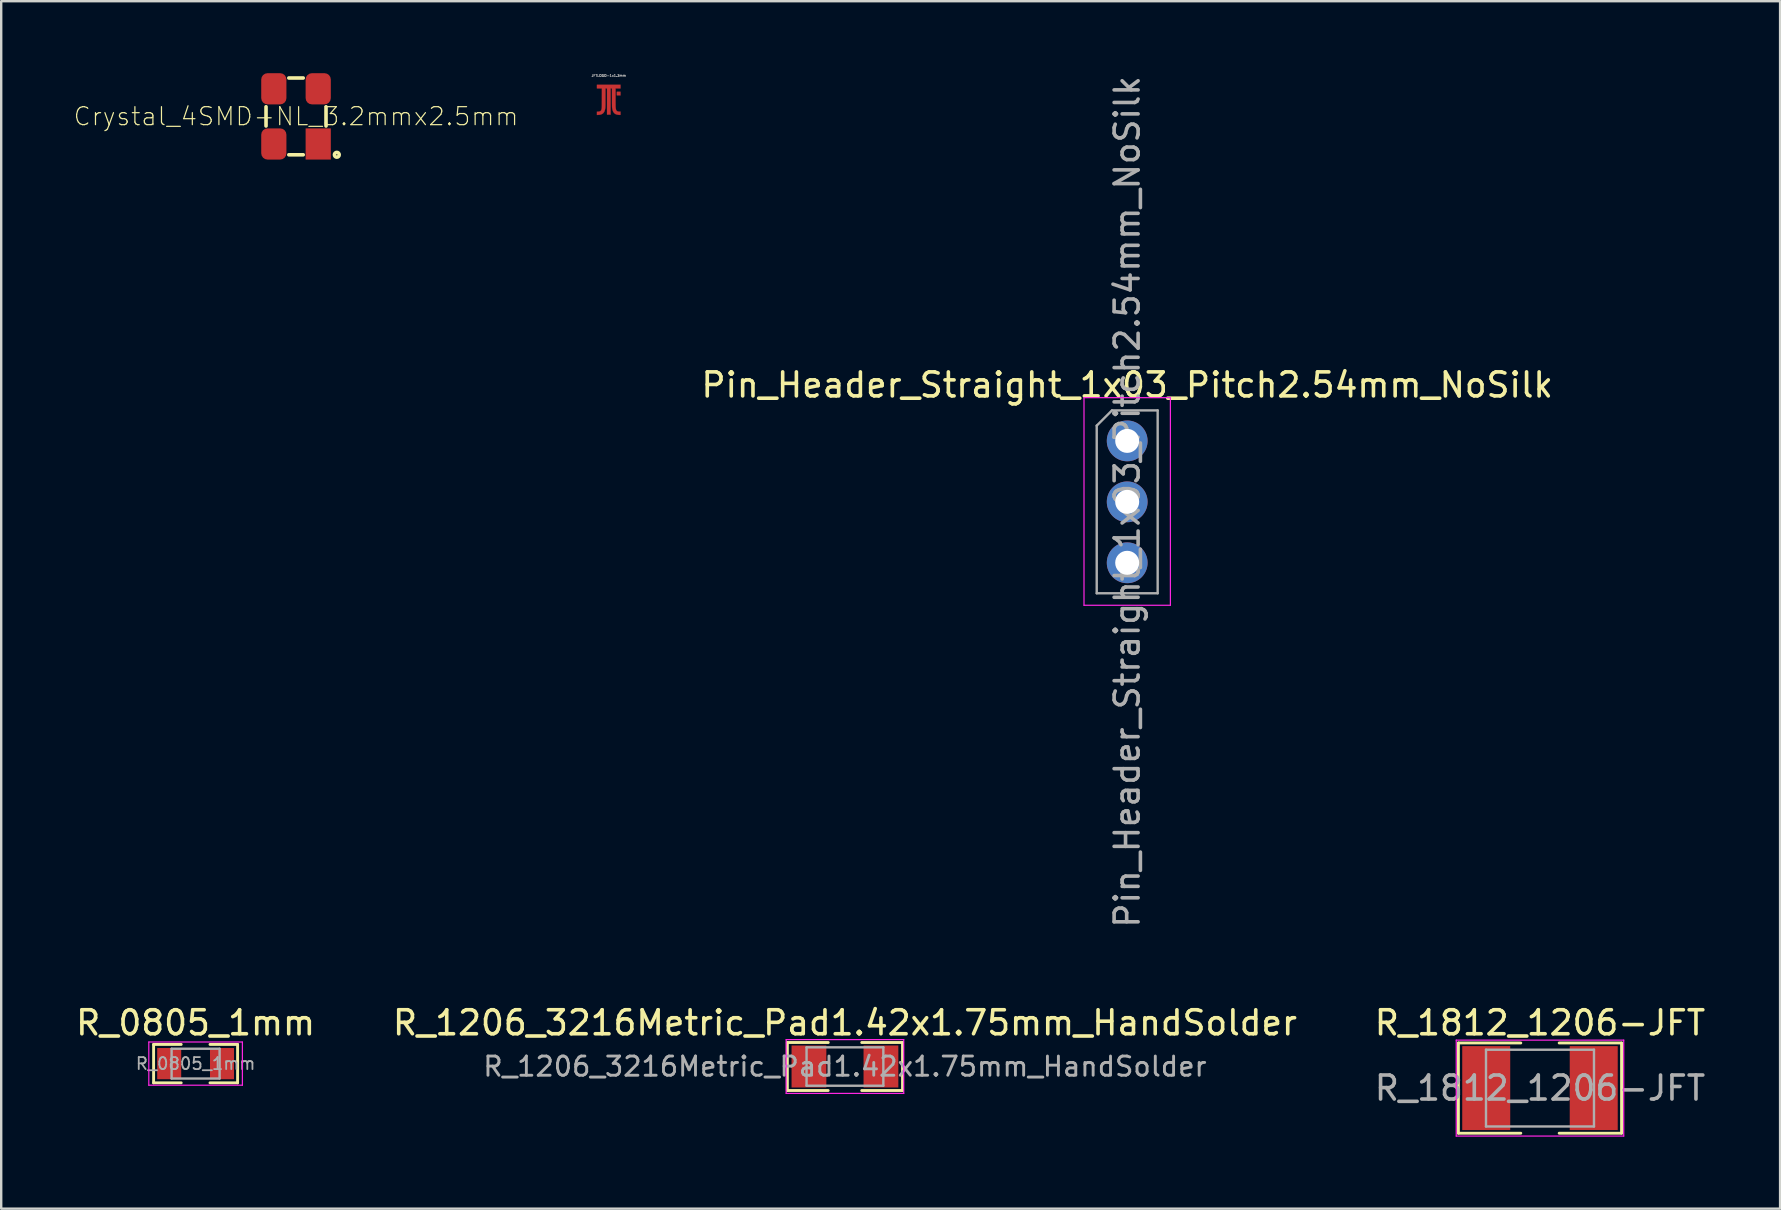
<source format=kicad_pcb>
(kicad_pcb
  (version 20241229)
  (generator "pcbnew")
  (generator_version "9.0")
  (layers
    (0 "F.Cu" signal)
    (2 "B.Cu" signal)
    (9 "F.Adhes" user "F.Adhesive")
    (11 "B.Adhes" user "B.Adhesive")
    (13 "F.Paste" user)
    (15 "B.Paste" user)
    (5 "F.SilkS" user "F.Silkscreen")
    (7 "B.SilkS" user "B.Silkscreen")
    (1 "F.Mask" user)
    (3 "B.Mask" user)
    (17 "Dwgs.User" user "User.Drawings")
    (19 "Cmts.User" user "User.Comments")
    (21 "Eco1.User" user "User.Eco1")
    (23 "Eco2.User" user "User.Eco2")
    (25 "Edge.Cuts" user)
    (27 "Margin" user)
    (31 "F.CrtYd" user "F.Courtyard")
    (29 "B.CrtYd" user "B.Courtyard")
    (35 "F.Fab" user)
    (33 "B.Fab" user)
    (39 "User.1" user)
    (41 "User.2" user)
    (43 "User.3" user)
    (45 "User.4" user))
  (footprint "JFTLOGO-1x1.3mm"
    (layer "F.Cu")
    (at 22.316 1.102)
    (property "Reference" "JFTLOGO-1x1.3mm" (at 0 -1 0) (layer "F.Fab") (effects (font (size 0.1 0.1) (thickness 0.025))))
    (attr through_hole)
    (fp_poly (pts (xy 0.492 -0.179) (xy 0.34 -0.179) (xy 0.34 -0.327) (xy 0.492 -0.327) (xy 0.492 -0.179)) (stroke (width 0.01) (type solid)) (fill yes) (layer "F.Cu"))
    (fp_poly (pts (xy 0.491 -0.618) (xy 0.492 -0.544) (xy 0.492 -0.469) (xy 0.286 -0.469) (xy 0.286 -0.106) (xy 0.286 -0.062) (xy 0.286 -0.02) (xy 0.286 0.021) (xy 0.286 0.06) (xy 0.286 0.097) (xy 0.286 0.131) (xy 0.286 0.163) (xy 0.287 0.193) (xy 0.287 0.219) (xy 0.287 0.242) (xy 0.287 0.261) (xy 0.287 0.277) (xy 0.288 0.288) (xy 0.288 0.296) (xy 0.288 0.296) (xy 0.291 0.331) (xy 0.294 0.362) (xy 0.299 0.39) (xy 0.304 0.413) (xy 0.311 0.432) (xy 0.315 0.442) (xy 0.327 0.459) (xy 0.342 0.472) (xy 0.36 0.483) (xy 0.382 0.492) (xy 0.408 0.497) (xy 0.438 0.501) (xy 0.461 0.501) (xy 0.492 0.501) (xy 0.492 0.569) (xy 0.491 0.636) (xy 0.471 0.637) (xy 0.46 0.637) (xy 0.447 0.637) (xy 0.433 0.636) (xy 0.42 0.635) (xy 0.38 0.63) (xy 0.344 0.623) (xy 0.312 0.613) (xy 0.282 0.6) (xy 0.256 0.584) (xy 0.235 0.567) (xy 0.216 0.546) (xy 0.198 0.521) (xy 0.183 0.493) (xy 0.17 0.46) (xy 0.159 0.423) (xy 0.15 0.382) (xy 0.142 0.338) (xy 0.141 0.329) (xy 0.141 0.324) (xy 0.14 0.319) (xy 0.14 0.314) (xy 0.14 0.308) (xy 0.139 0.3) (xy 0.139 0.292) (xy 0.139 0.282) (xy 0.138 0.27) (xy 0.138 0.256) (xy 0.138 0.241) (xy 0.138 0.223) (xy 0.138 0.202) (xy 0.137 0.179) (xy 0.137 0.152) (xy 0.137 0.123) (xy 0.137 0.09) (xy 0.137 0.053) (xy 0.137 0.013) (xy 0.137 -0.032) (xy 0.137 -0.081) (xy 0.137 -0.087) (xy 0.136 -0.469) (xy 0.079 -0.469) (xy 0.079 0.077) (xy 0.078 0.623) (xy 0.004 0.623) (xy -0.07 0.624) (xy -0.07 -0.469) (xy -0.134 -0.469) (xy -0.134 -0.087) (xy -0.134 -0.036) (xy -0.135 0.01) (xy -0.135 0.052) (xy -0.135 0.09) (xy -0.135 0.125) (xy -0.135 0.156) (xy -0.135 0.184) (xy -0.135 0.209) (xy -0.136 0.231) (xy -0.136 0.251) (xy -0.136 0.269) (xy -0.137 0.284) (xy -0.137 0.298) (xy -0.138 0.31) (xy -0.139 0.321) (xy -0.139 0.331) (xy -0.14 0.339) (xy -0.141 0.348) (xy -0.142 0.355) (xy -0.143 0.363) (xy -0.145 0.37) (xy -0.146 0.378) (xy -0.148 0.386) (xy -0.15 0.395) (xy -0.15 0.395) (xy -0.159 0.433) (xy -0.17 0.468) (xy -0.183 0.499) (xy -0.198 0.526) (xy -0.216 0.549) (xy -0.23 0.564) (xy -0.252 0.583) (xy -0.276 0.598) (xy -0.303 0.611) (xy -0.332 0.621) (xy -0.364 0.629) (xy -0.4 0.634) (xy -0.439 0.636) (xy -0.446 0.637) (xy -0.49 0.638) (xy -0.49 0.501) (xy -0.475 0.503) (xy -0.462 0.503) (xy -0.447 0.502) (xy -0.43 0.501) (xy -0.413 0.499) (xy -0.397 0.496) (xy -0.389 0.494) (xy -0.368 0.488) (xy -0.35 0.48) (xy -0.335 0.469) (xy -0.323 0.457) (xy -0.313 0.441) (xy -0.305 0.422) (xy -0.298 0.399) (xy -0.295 0.383) (xy -0.294 0.377) (xy -0.292 0.371) (xy -0.291 0.365) (xy -0.291 0.359) (xy -0.29 0.353) (xy -0.289 0.346) (xy -0.288 0.338) (xy -0.288 0.329) (xy -0.287 0.319) (xy -0.287 0.308) (xy -0.286 0.295) (xy -0.286 0.28) (xy -0.286 0.263) (xy -0.285 0.243) (xy -0.285 0.222) (xy -0.285 0.197) (xy -0.285 0.169) (xy -0.285 0.138) (xy -0.285 0.104) (xy -0.284 0.066) (xy -0.284 0.024) (xy -0.284 -0.021) (xy -0.284 -0.071) (xy -0.284 -0.079) (xy -0.283 -0.469) (xy -0.49 -0.469) (xy -0.49 -0.619) (xy 0.491 -0.618)) (stroke (width 0.01) (type solid)) (fill yes) (layer "F.Cu")))
  (footprint "R_0805_1mm"
    (layer "F.Cu")
    (at 5.101 41.274)
    (property "Reference" "R_0805_1mm" (at 0 -1.7 0) (layer "F.SilkS") (effects (font (size 1 1) (thickness 0.15))))
    (attr smd)
    (fp_line (start -1.75 -0.8) (end -1.75 0.8) (stroke (width 0.12) (type solid)) (layer "F.SilkS"))
    (fp_line (start -1.75 -0.8) (end -0.6 -0.8) (stroke (width 0.12) (type solid)) (layer "F.SilkS"))
    (fp_line (start -1.75 0.8) (end -0.6 0.8) (stroke (width 0.12) (type solid)) (layer "F.SilkS"))
    (fp_line (start 0.6 -0.8) (end 1.75 -0.8) (stroke (width 0.12) (type solid)) (layer "F.SilkS"))
    (fp_line (start 0.6 0.8) (end 1.75 0.8) (stroke (width 0.12) (type solid)) (layer "F.SilkS"))
    (fp_line (start 1.75 -0.8) (end 1.75 0.8) (stroke (width 0.12) (type solid)) (layer "F.SilkS"))
    (fp_line (start -1.95 -0.9) (end -1.95 0.9) (stroke (width 0.05) (type solid)) (layer "F.CrtYd"))
    (fp_line (start -1.95 -0.9) (end 1.95 -0.9) (stroke (width 0.05) (type solid)) (layer "F.CrtYd"))
    (fp_line (start 1.95 0.9) (end -1.95 0.9) (stroke (width 0.05) (type solid)) (layer "F.CrtYd"))
    (fp_line (start 1.95 0.9) (end 1.95 -0.9) (stroke (width 0.05) (type solid)) (layer "F.CrtYd"))
    (fp_line (start -1 -0.62) (end 1 -0.62) (stroke (width 0.1) (type solid)) (layer "F.Fab"))
    (fp_line (start -1 0.62) (end -1 -0.62) (stroke (width 0.1) (type solid)) (layer "F.Fab"))
    (fp_line (start 1 -0.62) (end 1 0.62) (stroke (width 0.1) (type solid)) (layer "F.Fab"))
    (fp_line (start 1 0.62) (end -1 0.62) (stroke (width 0.1) (type solid)) (layer "F.Fab"))
    (fp_text user "${REFERENCE}" (at 0 0 0) (layer "F.Fab") (effects (font (size 0.5 0.5) (thickness 0.075))))
    (pad "1" smd rect (at -1.1 0) (size 1 1.3) (layers "F.Cu" "F.Mask" "F.Paste"))
    (pad "2" smd rect (at 1.1 0) (size 1 1.3) (layers "F.Cu" "F.Mask" "F.Paste")))
  (footprint "R_1812_1206-JFT"
    (layer "F.Cu")
    (at 61.125 42.294)
    (property "Reference" "R_1812_1206-JFT" (at 0 -2.72 0) (layer "F.SilkS") (effects (font (size 1 1) (thickness 0.15))))
    (attr smd)
    (fp_line (start -3.4 -1.88) (end -0.8 -1.88) (stroke (width 0.12) (type solid)) (layer "F.SilkS"))
    (fp_line (start -3.4 1.88) (end -3.4 -1.88) (stroke (width 0.12) (type solid)) (layer "F.SilkS"))
    (fp_line (start -3.4 1.88) (end -0.8 1.88) (stroke (width 0.12) (type solid)) (layer "F.SilkS"))
    (fp_line (start 0.8 -1.88) (end 3.4 -1.88) (stroke (width 0.12) (type solid)) (layer "F.SilkS"))
    (fp_line (start 0.8 1.88) (end 3.4 1.88) (stroke (width 0.12) (type solid)) (layer "F.SilkS"))
    (fp_line (start 3.4 1.88) (end 3.4 -1.88) (stroke (width 0.12) (type solid)) (layer "F.SilkS"))
    (fp_line (start -3.49 -2) (end -3.49 2) (stroke (width 0.05) (type solid)) (layer "F.CrtYd"))
    (fp_line (start -3.49 -2) (end 3.49 -2) (stroke (width 0.05) (type solid)) (layer "F.CrtYd"))
    (fp_line (start 3.49 2) (end -3.49 2) (stroke (width 0.05) (type solid)) (layer "F.CrtYd"))
    (fp_line (start 3.49 2) (end 3.49 -2) (stroke (width 0.05) (type solid)) (layer "F.CrtYd"))
    (fp_line (start -2.25 -1.6) (end 2.25 -1.6) (stroke (width 0.1) (type solid)) (layer "F.Fab"))
    (fp_line (start -2.25 1.6) (end -2.25 -1.6) (stroke (width 0.1) (type solid)) (layer "F.Fab"))
    (fp_line (start 2.25 -1.6) (end 2.25 1.6) (stroke (width 0.1) (type solid)) (layer "F.Fab"))
    (fp_line (start 2.25 1.6) (end -2.25 1.6) (stroke (width 0.1) (type solid)) (layer "F.Fab"))
    (fp_text user "${REFERENCE}" (at 0 0 0) (layer "F.Fab") (effects (font (size 1 1) (thickness 0.15))))
    (pad "1" smd rect (at -2.24 0) (size 2 3.5) (layers "F.Cu" "F.Mask" "F.Paste"))
    (pad "2" smd rect (at 2.24 0) (size 2 3.5) (layers "F.Cu" "F.Mask" "F.Paste")))
  (footprint "Crystal_4SMD-NL_3.2mmx2.5mm"
    (layer "F.Cu")
    (at 9.286 1.8)
    (property "Reference" "Crystal_4SMD-NL_3.2mmx2.5mm" (at 0 0 180) (layer "F.SilkS") (effects (font (size 0.75 0.75) (thickness 0.05))))
    (attr smd)
    (fp_line (start -1.25 -0.4) (end -1.25 0.4) (stroke (width 0.15) (type solid)) (layer "F.SilkS"))
    (fp_line (start -0.3 -1.6) (end 0.3 -1.6) (stroke (width 0.15) (type solid)) (layer "F.SilkS"))
    (fp_line (start -0.3 1.6) (end 0.3 1.6) (stroke (width 0.15) (type solid)) (layer "F.SilkS"))
    (fp_line (start 1.25 -0.4) (end 1.25 0.4) (stroke (width 0.15) (type solid)) (layer "F.SilkS"))
    (fp_circle (center 1.7 1.6) (end 1.8 1.6) (stroke (width 0.15) (type solid)) (fill no) (layer "F.SilkS"))
    (pad "1" smd rect (at 0.925 1.15 90) (size 1.3 1.05) (layers "F.Cu" "F.Mask"))
    (pad "2" smd roundrect (at 0.925 -1.15 90) (size 1.3 1.05) (layers "F.Cu" "F.Mask") (roundrect_rratio 0.25))
    (pad "3" smd roundrect (at -0.925 -1.15 90) (size 1.3 1.05) (layers "F.Cu" "F.Mask") (roundrect_rratio 0.25))
    (pad "4" smd roundrect (at -0.925 1.15 90) (size 1.3 1.05) (layers "F.Cu" "F.Mask") (roundrect_rratio 0.25)))
  (footprint "Pin_Header_Straight_1x03_Pitch2.54mm_NoSilk"
    (layer "F.Cu")
    (at 43.923 15.323)
    (property "Reference" "Pin_Header_Straight_1x03_Pitch2.54mm_NoSilk" (at 0 -2.33 0) (layer "F.SilkS") (effects (font (size 1 1) (thickness 0.15))))
    (attr through_hole)
    (fp_line (start -1.8 -1.8) (end -1.8 6.85) (stroke (width 0.05) (type solid)) (layer "F.CrtYd"))
    (fp_line (start -1.8 6.85) (end 1.8 6.85) (stroke (width 0.05) (type solid)) (layer "F.CrtYd"))
    (fp_line (start 1.8 -1.8) (end -1.8 -1.8) (stroke (width 0.05) (type solid)) (layer "F.CrtYd"))
    (fp_line (start 1.8 6.85) (end 1.8 -1.8) (stroke (width 0.05) (type solid)) (layer "F.CrtYd"))
    (fp_line (start -1.27 -0.635) (end -0.635 -1.27) (stroke (width 0.1) (type solid)) (layer "F.Fab"))
    (fp_line (start -1.27 6.35) (end -1.27 -0.635) (stroke (width 0.1) (type solid)) (layer "F.Fab"))
    (fp_line (start -0.635 -1.27) (end 1.27 -1.27) (stroke (width 0.1) (type solid)) (layer "F.Fab"))
    (fp_line (start 1.27 -1.27) (end 1.27 6.35) (stroke (width 0.1) (type solid)) (layer "F.Fab"))
    (fp_line (start 1.27 6.35) (end -1.27 6.35) (stroke (width 0.1) (type solid)) (layer "F.Fab"))
    (fp_text user "${REFERENCE}" (at 0 2.54 90) (layer "F.Fab") (effects (font (size 1 1) (thickness 0.15))))
    (pad "1" thru_hole circle (at 0 0) (size 1.7 1.7) (drill 1) (layers "*.Cu" "*.Mask"))
    (pad "2" thru_hole oval (at 0 2.54) (size 1.7 1.7) (drill 1) (layers "*.Cu" "*.Mask"))
    (pad "3" thru_hole oval (at 0 5.08) (size 1.7 1.7) (drill 1) (layers "*.Cu" "*.Mask")))
  (footprint "R_1206_3216Metric_Pad1.42x1.75mm_HandSolder"
    (layer "F.Cu")
    (at 32.161 41.394)
    (property "Reference" "R_1206_3216Metric_Pad1.42x1.75mm_HandSolder" (at 0 -1.82 0) (layer "F.SilkS") (effects (font (size 1 1) (thickness 0.15))))
    (attr smd)
    (fp_line (start -2.4 -1) (end -2.4 1) (stroke (width 0.12) (type solid)) (layer "F.SilkS"))
    (fp_line (start -2.4 -1) (end -0.696 -1) (stroke (width 0.12) (type solid)) (layer "F.SilkS"))
    (fp_line (start -2.4 1) (end -0.7 1) (stroke (width 0.12) (type solid)) (layer "F.SilkS"))
    (fp_line (start 0.7 -1) (end 2.404 -1) (stroke (width 0.12) (type solid)) (layer "F.SilkS"))
    (fp_line (start 0.7 1) (end 2.4 1) (stroke (width 0.12) (type solid)) (layer "F.SilkS"))
    (fp_line (start 2.4 -1) (end 2.4 1) (stroke (width 0.12) (type solid)) (layer "F.SilkS"))
    (fp_line (start -2.45 -1.12) (end 2.45 -1.12) (stroke (width 0.05) (type solid)) (layer "F.CrtYd"))
    (fp_line (start -2.45 1.12) (end -2.45 -1.12) (stroke (width 0.05) (type solid)) (layer "F.CrtYd"))
    (fp_line (start 2.45 -1.12) (end 2.45 1.12) (stroke (width 0.05) (type solid)) (layer "F.CrtYd"))
    (fp_line (start 2.45 1.12) (end -2.45 1.12) (stroke (width 0.05) (type solid)) (layer "F.CrtYd"))
    (fp_line (start -1.6 -0.8) (end 1.6 -0.8) (stroke (width 0.1) (type solid)) (layer "F.Fab"))
    (fp_line (start -1.6 0.8) (end -1.6 -0.8) (stroke (width 0.1) (type solid)) (layer "F.Fab"))
    (fp_line (start 1.6 -0.8) (end 1.6 0.8) (stroke (width 0.1) (type solid)) (layer "F.Fab"))
    (fp_line (start 1.6 0.8) (end -1.6 0.8) (stroke (width 0.1) (type solid)) (layer "F.Fab"))
    (fp_text user "${REFERENCE}" (at 0 0 0) (layer "F.Fab") (effects (font (size 0.8 0.8) (thickness 0.12))))
    (pad "1" smd rect (at -1.5 0) (size 1.45 1.75) (layers "F.Cu" "F.Mask" "F.Paste"))
    (pad "2" smd rect (at 1.5 0) (size 1.45 1.75) (layers "F.Cu" "F.Mask" "F.Paste")))
  (gr_rect
    (start -3 -3)
    (end 71.131 47.319)
    (stroke (width 0.1) (type default))
    (fill no)
    (layer "Edge.Cuts")))
</source>
